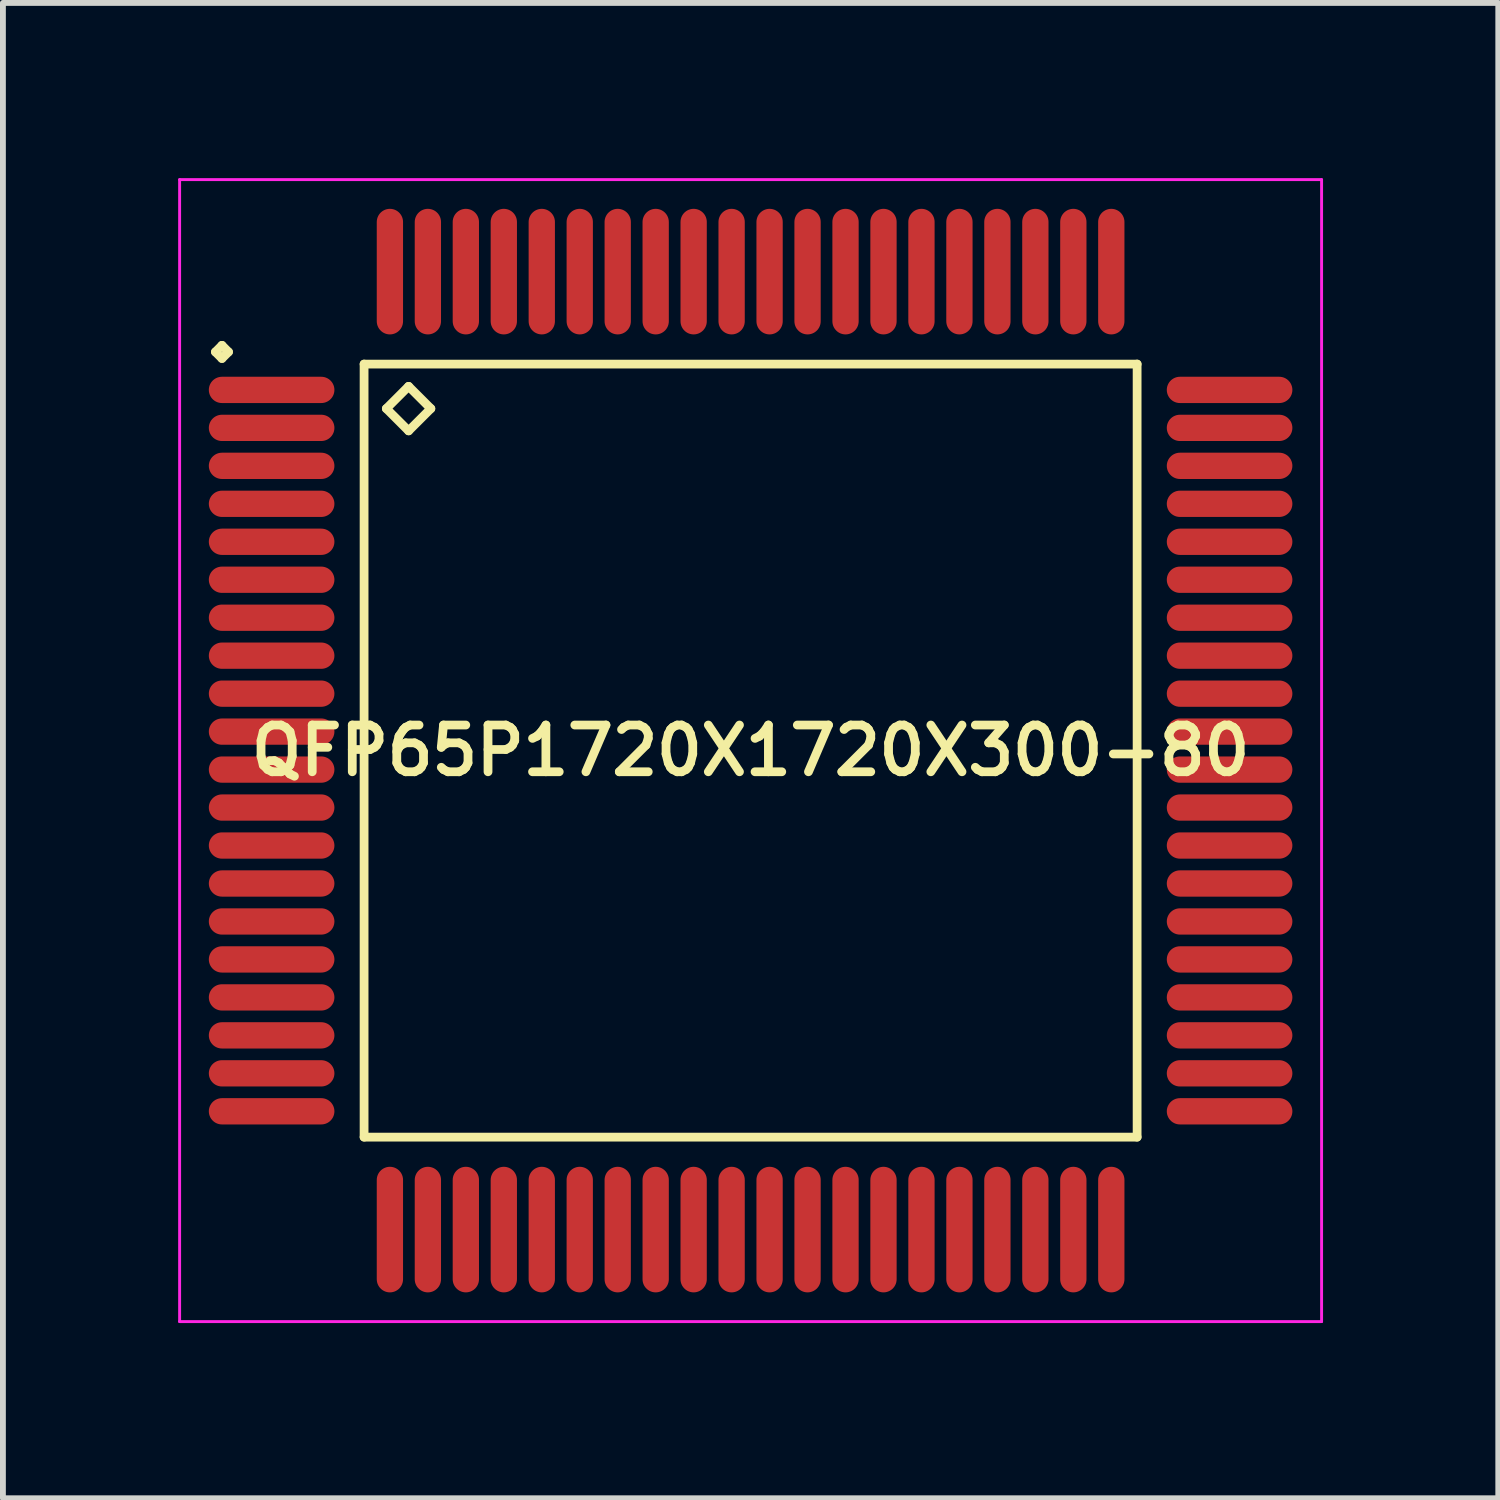
<source format=kicad_pcb>
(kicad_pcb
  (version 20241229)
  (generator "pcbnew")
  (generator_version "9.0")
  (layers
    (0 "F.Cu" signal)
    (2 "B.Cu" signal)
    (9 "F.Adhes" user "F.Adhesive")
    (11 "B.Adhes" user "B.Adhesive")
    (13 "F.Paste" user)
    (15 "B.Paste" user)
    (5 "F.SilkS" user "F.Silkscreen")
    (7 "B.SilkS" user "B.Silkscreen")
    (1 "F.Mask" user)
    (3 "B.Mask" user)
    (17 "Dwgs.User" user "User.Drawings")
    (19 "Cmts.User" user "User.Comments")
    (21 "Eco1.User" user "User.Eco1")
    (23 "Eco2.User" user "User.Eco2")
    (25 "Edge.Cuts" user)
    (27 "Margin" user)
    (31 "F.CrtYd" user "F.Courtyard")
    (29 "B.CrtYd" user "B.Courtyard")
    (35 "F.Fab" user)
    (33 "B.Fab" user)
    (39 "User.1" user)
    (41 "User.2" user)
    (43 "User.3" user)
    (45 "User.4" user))
  (footprint "QFP65P1720X1720X300-80"
    (layer "F.Cu")
    (at 9.8 9.8)
    (property "Reference" "QFP65P1720X1720X300-80" (at 0 0 0) (layer "F.SilkS") (effects (font (size 0.8 0.8) (thickness 0.15))))
    (attr smd)
    (fp_line (start -9.162 -6.825) (end -9.05 -6.938) (stroke (width 0.15) (type solid)) (layer "F.SilkS"))
    (fp_line (start -9.05 -6.938) (end -8.938 -6.825) (stroke (width 0.15) (type solid)) (layer "F.SilkS"))
    (fp_line (start -9.05 -6.713) (end -9.162 -6.825) (stroke (width 0.15) (type solid)) (layer "F.SilkS"))
    (fp_line (start -8.938 -6.825) (end -9.05 -6.713) (stroke (width 0.15) (type solid)) (layer "F.SilkS"))
    (fp_line (start -6.617 -6.617) (end -6.617 6.617) (stroke (width 0.15) (type solid)) (layer "F.SilkS"))
    (fp_line (start -6.617 6.617) (end 6.617 6.617) (stroke (width 0.15) (type solid)) (layer "F.SilkS"))
    (fp_line (start -6.236 -5.855) (end -5.855 -6.236) (stroke (width 0.15) (type solid)) (layer "F.SilkS"))
    (fp_line (start -5.855 -6.236) (end -5.474 -5.855) (stroke (width 0.15) (type solid)) (layer "F.SilkS"))
    (fp_line (start -5.855 -5.474) (end -6.236 -5.855) (stroke (width 0.15) (type solid)) (layer "F.SilkS"))
    (fp_line (start -5.474 -5.855) (end -5.855 -5.474) (stroke (width 0.15) (type solid)) (layer "F.SilkS"))
    (fp_line (start 6.617 -6.617) (end -6.617 -6.617) (stroke (width 0.15) (type solid)) (layer "F.SilkS"))
    (fp_line (start 6.617 6.617) (end 6.617 -6.617) (stroke (width 0.15) (type solid)) (layer "F.SilkS"))
    (fp_line (start -9.775 -9.775) (end 9.775 -9.775) (stroke (width 0.05) (type solid)) (layer "F.CrtYd"))
    (fp_line (start -9.775 9.775) (end -9.775 -9.775) (stroke (width 0.05) (type solid)) (layer "F.CrtYd"))
    (fp_line (start 9.775 -9.775) (end 9.775 9.775) (stroke (width 0.05) (type solid)) (layer "F.CrtYd"))
    (fp_line (start 9.775 9.775) (end -9.775 9.775) (stroke (width 0.05) (type solid)) (layer "F.CrtYd"))
    (pad "1" smd oval (at -8.2 -6.175) (size 2.15 0.45) (layers "F.Cu" "F.Mask" "F.Paste"))
    (pad "2" smd oval (at -8.2 -5.525) (size 2.15 0.45) (layers "F.Cu" "F.Mask" "F.Paste"))
    (pad "3" smd oval (at -8.2 -4.875) (size 2.15 0.45) (layers "F.Cu" "F.Mask" "F.Paste"))
    (pad "4" smd oval (at -8.2 -4.225) (size 2.15 0.45) (layers "F.Cu" "F.Mask" "F.Paste"))
    (pad "5" smd oval (at -8.2 -3.575) (size 2.15 0.45) (layers "F.Cu" "F.Mask" "F.Paste"))
    (pad "6" smd oval (at -8.2 -2.925) (size 2.15 0.45) (layers "F.Cu" "F.Mask" "F.Paste"))
    (pad "7" smd oval (at -8.2 -2.275) (size 2.15 0.45) (layers "F.Cu" "F.Mask" "F.Paste"))
    (pad "8" smd oval (at -8.2 -1.625) (size 2.15 0.45) (layers "F.Cu" "F.Mask" "F.Paste"))
    (pad "9" smd oval (at -8.2 -0.975) (size 2.15 0.45) (layers "F.Cu" "F.Mask" "F.Paste"))
    (pad "10" smd oval (at -8.2 -0.325) (size 2.15 0.45) (layers "F.Cu" "F.Mask" "F.Paste"))
    (pad "11" smd oval (at -8.2 0.325) (size 2.15 0.45) (layers "F.Cu" "F.Mask" "F.Paste"))
    (pad "12" smd oval (at -8.2 0.975) (size 2.15 0.45) (layers "F.Cu" "F.Mask" "F.Paste"))
    (pad "13" smd oval (at -8.2 1.625) (size 2.15 0.45) (layers "F.Cu" "F.Mask" "F.Paste"))
    (pad "14" smd oval (at -8.2 2.275) (size 2.15 0.45) (layers "F.Cu" "F.Mask" "F.Paste"))
    (pad "15" smd oval (at -8.2 2.925) (size 2.15 0.45) (layers "F.Cu" "F.Mask" "F.Paste"))
    (pad "16" smd oval (at -8.2 3.575) (size 2.15 0.45) (layers "F.Cu" "F.Mask" "F.Paste"))
    (pad "17" smd oval (at -8.2 4.225) (size 2.15 0.45) (layers "F.Cu" "F.Mask" "F.Paste"))
    (pad "18" smd oval (at -8.2 4.875) (size 2.15 0.45) (layers "F.Cu" "F.Mask" "F.Paste"))
    (pad "19" smd oval (at -8.2 5.525) (size 2.15 0.45) (layers "F.Cu" "F.Mask" "F.Paste"))
    (pad "20" smd oval (at -8.2 6.175) (size 2.15 0.45) (layers "F.Cu" "F.Mask" "F.Paste"))
    (pad "21" smd oval (at -6.175 8.2) (size 0.45 2.15) (layers "F.Cu" "F.Mask" "F.Paste"))
    (pad "22" smd oval (at -5.525 8.2) (size 0.45 2.15) (layers "F.Cu" "F.Mask" "F.Paste"))
    (pad "23" smd oval (at -4.875 8.2) (size 0.45 2.15) (layers "F.Cu" "F.Mask" "F.Paste"))
    (pad "24" smd oval (at -4.225 8.2) (size 0.45 2.15) (layers "F.Cu" "F.Mask" "F.Paste"))
    (pad "25" smd oval (at -3.575 8.2) (size 0.45 2.15) (layers "F.Cu" "F.Mask" "F.Paste"))
    (pad "26" smd oval (at -2.925 8.2) (size 0.45 2.15) (layers "F.Cu" "F.Mask" "F.Paste"))
    (pad "27" smd oval (at -2.275 8.2) (size 0.45 2.15) (layers "F.Cu" "F.Mask" "F.Paste"))
    (pad "28" smd oval (at -1.625 8.2) (size 0.45 2.15) (layers "F.Cu" "F.Mask" "F.Paste"))
    (pad "29" smd oval (at -0.975 8.2) (size 0.45 2.15) (layers "F.Cu" "F.Mask" "F.Paste"))
    (pad "30" smd oval (at -0.325 8.2) (size 0.45 2.15) (layers "F.Cu" "F.Mask" "F.Paste"))
    (pad "31" smd oval (at 0.325 8.2) (size 0.45 2.15) (layers "F.Cu" "F.Mask" "F.Paste"))
    (pad "32" smd oval (at 0.975 8.2) (size 0.45 2.15) (layers "F.Cu" "F.Mask" "F.Paste"))
    (pad "33" smd oval (at 1.625 8.2) (size 0.45 2.15) (layers "F.Cu" "F.Mask" "F.Paste"))
    (pad "34" smd oval (at 2.275 8.2) (size 0.45 2.15) (layers "F.Cu" "F.Mask" "F.Paste"))
    (pad "35" smd oval (at 2.925 8.2) (size 0.45 2.15) (layers "F.Cu" "F.Mask" "F.Paste"))
    (pad "36" smd oval (at 3.575 8.2) (size 0.45 2.15) (layers "F.Cu" "F.Mask" "F.Paste"))
    (pad "37" smd oval (at 4.225 8.2) (size 0.45 2.15) (layers "F.Cu" "F.Mask" "F.Paste"))
    (pad "38" smd oval (at 4.875 8.2) (size 0.45 2.15) (layers "F.Cu" "F.Mask" "F.Paste"))
    (pad "39" smd oval (at 5.525 8.2) (size 0.45 2.15) (layers "F.Cu" "F.Mask" "F.Paste"))
    (pad "40" smd oval (at 6.175 8.2) (size 0.45 2.15) (layers "F.Cu" "F.Mask" "F.Paste"))
    (pad "41" smd oval (at 8.2 6.175) (size 2.15 0.45) (layers "F.Cu" "F.Mask" "F.Paste"))
    (pad "42" smd oval (at 8.2 5.525) (size 2.15 0.45) (layers "F.Cu" "F.Mask" "F.Paste"))
    (pad "43" smd oval (at 8.2 4.875) (size 2.15 0.45) (layers "F.Cu" "F.Mask" "F.Paste"))
    (pad "44" smd oval (at 8.2 4.225) (size 2.15 0.45) (layers "F.Cu" "F.Mask" "F.Paste"))
    (pad "45" smd oval (at 8.2 3.575) (size 2.15 0.45) (layers "F.Cu" "F.Mask" "F.Paste"))
    (pad "46" smd oval (at 8.2 2.925) (size 2.15 0.45) (layers "F.Cu" "F.Mask" "F.Paste"))
    (pad "47" smd oval (at 8.2 2.275) (size 2.15 0.45) (layers "F.Cu" "F.Mask" "F.Paste"))
    (pad "48" smd oval (at 8.2 1.625) (size 2.15 0.45) (layers "F.Cu" "F.Mask" "F.Paste"))
    (pad "49" smd oval (at 8.2 0.975) (size 2.15 0.45) (layers "F.Cu" "F.Mask" "F.Paste"))
    (pad "50" smd oval (at 8.2 0.325) (size 2.15 0.45) (layers "F.Cu" "F.Mask" "F.Paste"))
    (pad "51" smd oval (at 8.2 -0.325) (size 2.15 0.45) (layers "F.Cu" "F.Mask" "F.Paste"))
    (pad "52" smd oval (at 8.2 -0.975) (size 2.15 0.45) (layers "F.Cu" "F.Mask" "F.Paste"))
    (pad "53" smd oval (at 8.2 -1.625) (size 2.15 0.45) (layers "F.Cu" "F.Mask" "F.Paste"))
    (pad "54" smd oval (at 8.2 -2.275) (size 2.15 0.45) (layers "F.Cu" "F.Mask" "F.Paste"))
    (pad "55" smd oval (at 8.2 -2.925) (size 2.15 0.45) (layers "F.Cu" "F.Mask" "F.Paste"))
    (pad "56" smd oval (at 8.2 -3.575) (size 2.15 0.45) (layers "F.Cu" "F.Mask" "F.Paste"))
    (pad "57" smd oval (at 8.2 -4.225) (size 2.15 0.45) (layers "F.Cu" "F.Mask" "F.Paste"))
    (pad "58" smd oval (at 8.2 -4.875) (size 2.15 0.45) (layers "F.Cu" "F.Mask" "F.Paste"))
    (pad "59" smd oval (at 8.2 -5.525) (size 2.15 0.45) (layers "F.Cu" "F.Mask" "F.Paste"))
    (pad "60" smd oval (at 8.2 -6.175) (size 2.15 0.45) (layers "F.Cu" "F.Mask" "F.Paste"))
    (pad "61" smd oval (at 6.175 -8.2) (size 0.45 2.15) (layers "F.Cu" "F.Mask" "F.Paste"))
    (pad "62" smd oval (at 5.525 -8.2) (size 0.45 2.15) (layers "F.Cu" "F.Mask" "F.Paste"))
    (pad "63" smd oval (at 4.875 -8.2) (size 0.45 2.15) (layers "F.Cu" "F.Mask" "F.Paste"))
    (pad "64" smd oval (at 4.225 -8.2) (size 0.45 2.15) (layers "F.Cu" "F.Mask" "F.Paste"))
    (pad "65" smd oval (at 3.575 -8.2) (size 0.45 2.15) (layers "F.Cu" "F.Mask" "F.Paste"))
    (pad "66" smd oval (at 2.925 -8.2) (size 0.45 2.15) (layers "F.Cu" "F.Mask" "F.Paste"))
    (pad "67" smd oval (at 2.275 -8.2) (size 0.45 2.15) (layers "F.Cu" "F.Mask" "F.Paste"))
    (pad "68" smd oval (at 1.625 -8.2) (size 0.45 2.15) (layers "F.Cu" "F.Mask" "F.Paste"))
    (pad "69" smd oval (at 0.975 -8.2) (size 0.45 2.15) (layers "F.Cu" "F.Mask" "F.Paste"))
    (pad "70" smd oval (at 0.325 -8.2) (size 0.45 2.15) (layers "F.Cu" "F.Mask" "F.Paste"))
    (pad "71" smd oval (at -0.325 -8.2) (size 0.45 2.15) (layers "F.Cu" "F.Mask" "F.Paste"))
    (pad "72" smd oval (at -0.975 -8.2) (size 0.45 2.15) (layers "F.Cu" "F.Mask" "F.Paste"))
    (pad "73" smd oval (at -1.625 -8.2) (size 0.45 2.15) (layers "F.Cu" "F.Mask" "F.Paste"))
    (pad "74" smd oval (at -2.275 -8.2) (size 0.45 2.15) (layers "F.Cu" "F.Mask" "F.Paste"))
    (pad "75" smd oval (at -2.925 -8.2) (size 0.45 2.15) (layers "F.Cu" "F.Mask" "F.Paste"))
    (pad "76" smd oval (at -3.575 -8.2) (size 0.45 2.15) (layers "F.Cu" "F.Mask" "F.Paste"))
    (pad "77" smd oval (at -4.225 -8.2) (size 0.45 2.15) (layers "F.Cu" "F.Mask" "F.Paste"))
    (pad "78" smd oval (at -4.875 -8.2) (size 0.45 2.15) (layers "F.Cu" "F.Mask" "F.Paste"))
    (pad "79" smd oval (at -5.525 -8.2) (size 0.45 2.15) (layers "F.Cu" "F.Mask" "F.Paste"))
    (pad "80" smd oval (at -6.175 -8.2) (size 0.45 2.15) (layers "F.Cu" "F.Mask" "F.Paste")))
  (gr_rect
    (start -3 -3)
    (end 22.6 22.6)
    (stroke (width 0.1) (type default))
    (fill no)
    (layer "Edge.Cuts")))
</source>
